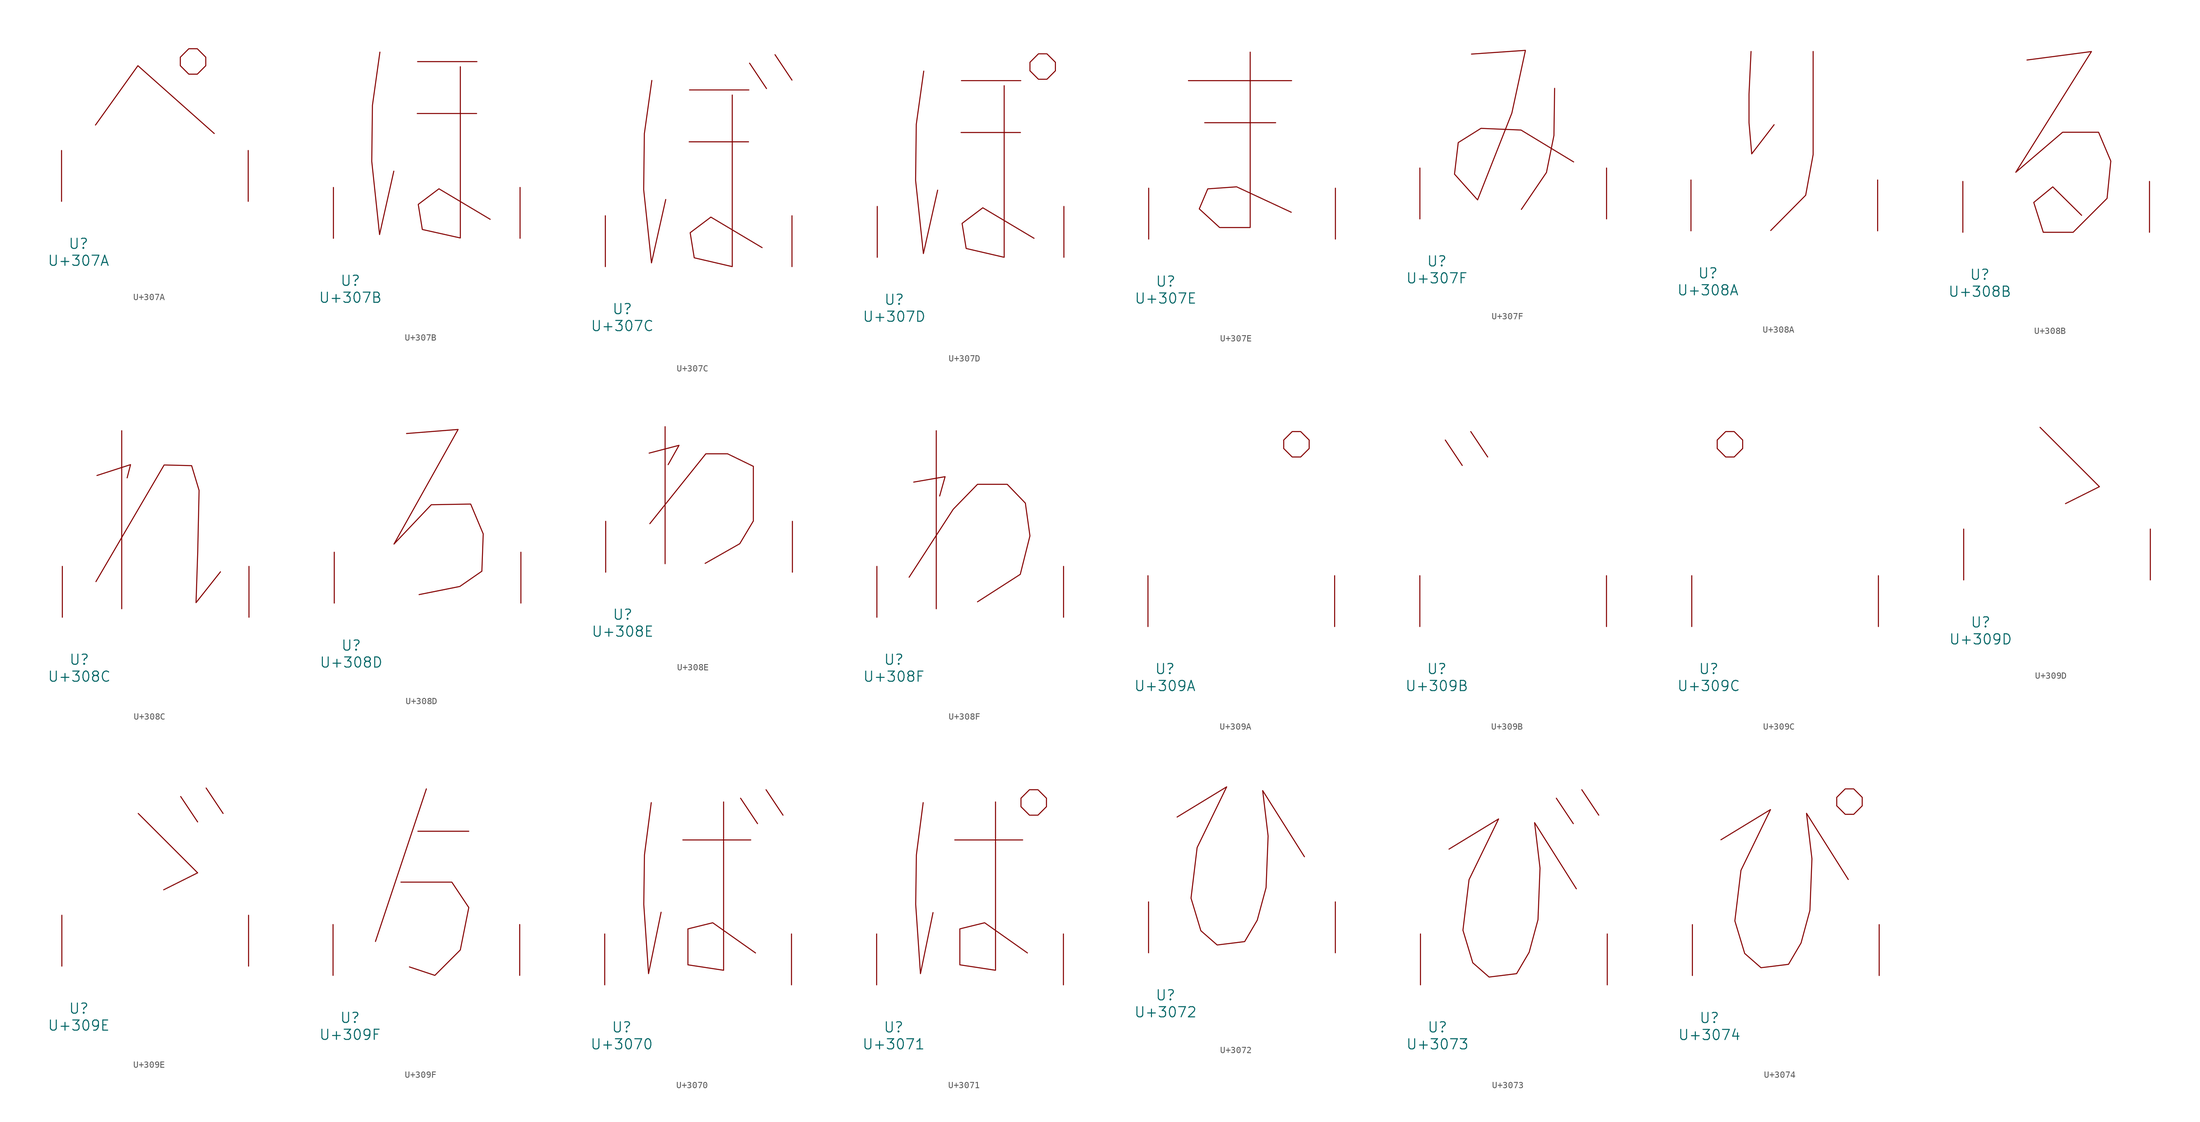
<source format=kicad_sym>
(kicad_symbol_lib
  (version 20231120)
  (generator "kicad_symbol_editor")
  (generator_version "8.0")
  (symbol "U+307A"
    (pin_names
      (offset 1.016))
    (property "Reference" "U"
      (at 0 -6.35 0)
      (effects (font (size 1.524 1.524))))
    (property "Value" "U+307A"
      (at 0 -8.89 0)
      (effects (font (size 1.524 1.524))))
    (symbol "U+307A_0_1"
      (polyline (pts (xy 2.54 11.43) (xy 8.89 20.32) (xy 20.32 10.16)) (stroke (width 0) (type solid)) (fill (type none)))
      (polyline (pts (xy 16.51 22.86) (xy 17.78 22.86) (xy 19.05 21.59) (xy 19.05 20.32) (xy 17.78 19.05) (xy 16.51 19.05) (xy 15.24 20.32) (xy 15.24 21.59) (xy 16.51 22.86)) (stroke (width 0) (type solid)) (fill (type none)))
      (pin input line (at -2.54 0 90) (length 7.62) (name "~" (effects (font (size 1.27 1.27)))) (number "~" (effects (font (size 1.27 1.27)))))
      (pin input line (at 25.4 0 90) (length 7.62) (name "~" (effects (font (size 1.27 1.27)))) (number "~" (effects (font (size 1.27 1.27)))))))
  (symbol "U+307B"
    (pin_names
      (offset 1.016))
    (property "Reference" "U"
      (at 0 -6.35 0)
      (effects (font (size 1.524 1.524))))
    (property "Value" "U+307B"
      (at 0 -8.89 0)
      (effects (font (size 1.524 1.524))))
    (symbol "U+307B_0_1"
      (polyline (pts (xy 10.008 18.694) (xy 18.898 18.694)) (stroke (width 0) (type solid)) (fill (type none)))
      (polyline (pts (xy 10.058 26.467) (xy 18.948 26.467)) (stroke (width 0) (type solid)) (fill (type none)))
      (polyline (pts (xy 4.42 27.889) (xy 3.302 19.914) (xy 3.2 11.532) (xy 4.369 0.559) (xy 6.502 10.058)) (stroke (width 0) (type solid)) (fill (type none)))
      (polyline (pts (xy 16.459 25.705) (xy 16.459 0.051) (xy 10.77 1.321) (xy 10.16 5.08) (xy 13.259 7.417) (xy 20.93 2.845)) (stroke (width 0) (type solid)) (fill (type none)))
      (pin input line (at -2.54 0 90) (length 7.62) (name "~" (effects (font (size 1.27 1.27)))) (number "~" (effects (font (size 1.27 1.27)))))
      (pin input line (at 25.4 0 90) (length 7.62) (name "~" (effects (font (size 1.27 1.27)))) (number "~" (effects (font (size 1.27 1.27)))))))
  (symbol "U+307C"
    (pin_names
      (offset 1.016))
    (property "Reference" "U"
      (at 0 -6.35 0)
      (effects (font (size 1.524 1.524))))
    (property "Value" "U+307C"
      (at 0 -8.89 0)
      (effects (font (size 1.524 1.524))))
    (symbol "U+307C_0_1"
      (polyline (pts (xy 10.008 18.694) (xy 18.898 18.694)) (stroke (width 0) (type solid)) (fill (type none)))
      (polyline (pts (xy 10.058 26.467) (xy 18.948 26.467)) (stroke (width 0) (type solid)) (fill (type none)))
      (polyline (pts (xy 19.05 30.48) (xy 21.59 26.67)) (stroke (width 0) (type solid)) (fill (type none)))
      (polyline (pts (xy 22.86 31.75) (xy 25.4 27.94)) (stroke (width 0) (type solid)) (fill (type none)))
      (polyline (pts (xy 4.42 27.889) (xy 3.302 19.914) (xy 3.2 11.532) (xy 4.369 0.559) (xy 6.502 10.058)) (stroke (width 0) (type solid)) (fill (type none)))
      (polyline (pts (xy 16.459 25.705) (xy 16.459 0) (xy 10.77 1.321) (xy 10.16 5.08) (xy 13.259 7.417) (xy 20.93 2.845)) (stroke (width 0) (type solid)) (fill (type none)))
      (pin input line (at -2.54 0 90) (length 7.62) (name "~" (effects (font (size 1.27 1.27)))) (number "~" (effects (font (size 1.27 1.27)))))
      (pin input line (at 25.4 0 90) (length 7.62) (name "~" (effects (font (size 1.27 1.27)))) (number "~" (effects (font (size 1.27 1.27)))))))
  (symbol "U+307D"
    (pin_names
      (offset 1.016))
    (property "Reference" "U"
      (at 0 -6.35 0)
      (effects (font (size 1.524 1.524))))
    (property "Value" "U+307D"
      (at 0 -8.89 0)
      (effects (font (size 1.524 1.524))))
    (symbol "U+307D_0_1"
      (polyline (pts (xy 10.008 18.694) (xy 18.898 18.694)) (stroke (width 0) (type solid)) (fill (type none)))
      (polyline (pts (xy 10.058 26.467) (xy 18.948 26.467)) (stroke (width 0) (type solid)) (fill (type none)))
      (polyline (pts (xy 4.42 27.889) (xy 3.302 19.914) (xy 3.2 11.532) (xy 4.369 0.559) (xy 6.502 10.058)) (stroke (width 0) (type solid)) (fill (type none)))
      (polyline (pts (xy 16.459 25.705) (xy 16.459 0) (xy 10.77 1.321) (xy 10.16 5.08) (xy 13.259 7.417) (xy 20.93 2.845)) (stroke (width 0) (type solid)) (fill (type none)))
      (polyline (pts (xy 21.59 30.48) (xy 22.86 30.48) (xy 24.13 29.21) (xy 24.13 27.94) (xy 22.86 26.67) (xy 21.59 26.67) (xy 20.32 27.94) (xy 20.32 29.21) (xy 21.59 30.48)) (stroke (width 0) (type solid)) (fill (type none)))
      (pin input line (at -2.54 0 90) (length 7.62) (name "~" (effects (font (size 1.27 1.27)))) (number "~" (effects (font (size 1.27 1.27)))))
      (pin input line (at 25.4 0 90) (length 7.62) (name "~" (effects (font (size 1.27 1.27)))) (number "~" (effects (font (size 1.27 1.27)))))))
  (symbol "U+307E"
    (pin_names
      (offset 1.016))
    (property "Reference" "U"
      (at 0 -6.35 0)
      (effects (font (size 1.524 1.524))))
    (property "Value" "U+307E"
      (at 0 -8.89 0)
      (effects (font (size 1.524 1.524))))
    (symbol "U+307E_0_1"
      (polyline (pts (xy 3.404 23.724) (xy 18.847 23.724)) (stroke (width 0) (type solid)) (fill (type none)))
      (polyline (pts (xy 5.842 17.424) (xy 16.459 17.424)) (stroke (width 0) (type solid)) (fill (type none)))
      (polyline (pts (xy 12.649 27.991) (xy 12.649 1.727) (xy 8.077 1.727) (xy 5.029 4.521) (xy 6.299 7.518) (xy 10.617 7.823) (xy 18.796 4.013)) (stroke (width 0) (type solid)) (fill (type none)))
      (pin input line (at -2.54 0 90) (length 7.62) (name "~" (effects (font (size 1.27 1.27)))) (number "~" (effects (font (size 1.27 1.27)))))
      (pin input line (at 25.4 0 90) (length 7.62) (name "~" (effects (font (size 1.27 1.27)))) (number "~" (effects (font (size 1.27 1.27)))))))
  (symbol "U+307F"
    (pin_names
      (offset 1.016))
    (property "Reference" "U"
      (at 0 -6.35 0)
      (effects (font (size 1.524 1.524))))
    (property "Value" "U+307F"
      (at 0 -8.89 0)
      (effects (font (size 1.524 1.524))))
    (symbol "U+307F_0_1"
      (polyline (pts (xy 17.628 19.558) (xy 17.526 12.497) (xy 16.408 6.96) (xy 12.649 1.422)) (stroke (width 0) (type solid)) (fill (type none)))
      (polyline (pts (xy 5.182 24.689) (xy 13.259 25.248) (xy 11.227 15.85) (xy 6.096 2.845) (xy 2.642 6.706) (xy 3.2 11.43) (xy 6.604 13.564) (xy 12.598 13.31) (xy 20.472 8.534)) (stroke (width 0) (type solid)) (fill (type none)))
      (pin input line (at -2.54 0 90) (length 7.62) (name "~" (effects (font (size 1.27 1.27)))) (number "~" (effects (font (size 1.27 1.27)))))
      (pin input line (at 25.4 0 90) (length 7.62) (name "~" (effects (font (size 1.27 1.27)))) (number "~" (effects (font (size 1.27 1.27)))))))
  (symbol "U+308A"
    (pin_names
      (offset 1.016))
    (property "Reference" "U"
      (at 0 -6.35 0)
      (effects (font (size 1.524 1.524))))
    (property "Value" "U+308A"
      (at 0 -8.89 0)
      (effects (font (size 1.524 1.524))))
    (symbol "U+308A_0_1"
      (polyline (pts (xy 15.748 26.873) (xy 15.748 11.43) (xy 14.63 5.334) (xy 9.398 0.051)) (stroke (width 0) (type solid)) (fill (type none)))
      (polyline (pts (xy 6.452 26.873) (xy 6.147 20.472) (xy 6.147 16.205) (xy 6.553 11.532) (xy 9.906 15.9)) (stroke (width 0) (type solid)) (fill (type none)))
      (pin input line (at -2.54 0 90) (length 7.62) (name "~" (effects (font (size 1.27 1.27)))) (number "~" (effects (font (size 1.27 1.27)))))
      (pin input line (at 25.4 0 90) (length 7.62) (name "~" (effects (font (size 1.27 1.27)))) (number "~" (effects (font (size 1.27 1.27)))))))
  (symbol "U+308B"
    (pin_names
      (offset 1.016))
    (property "Reference" "U"
      (at 0 -6.35 0)
      (effects (font (size 1.524 1.524))))
    (property "Value" "U+308B"
      (at 0 -8.89 0)
      (effects (font (size 1.524 1.524))))
    (symbol "U+308B_0_1"
      (polyline (pts (xy 7.061 25.806) (xy 16.713 27.076) (xy 5.385 8.992) (xy 12.395 14.986) (xy 17.78 14.986) (xy 19.609 10.668) (xy 19.05 5.08) (xy 13.97 0) (xy 9.5 0) (xy 8.077 4.47) (xy 10.922 6.807) (xy 15.24 2.54)) (stroke (width 0) (type solid)) (fill (type none)))
      (pin input line (at -2.54 0 90) (length 7.62) (name "~" (effects (font (size 1.27 1.27)))) (number "~" (effects (font (size 1.27 1.27)))))
      (pin input line (at 25.4 0 90) (length 7.62) (name "~" (effects (font (size 1.27 1.27)))) (number "~" (effects (font (size 1.27 1.27)))))))
  (symbol "U+308C"
    (pin_names
      (offset 1.016))
    (property "Reference" "U"
      (at 0 -6.35 0)
      (effects (font (size 1.524 1.524))))
    (property "Value" "U+308C"
      (at 0 -8.89 0)
      (effects (font (size 1.524 1.524))))
    (symbol "U+308C_0_1"
      (polyline (pts (xy 6.35 27.94) (xy 6.35 1.27)) (stroke (width 0) (type solid)) (fill (type none)))
      (polyline (pts (xy 2.642 21.234) (xy 7.671 22.86) (xy 7.163 20.879)) (stroke (width 0) (type solid)) (fill (type none)))
      (polyline (pts (xy 2.489 5.334) (xy 12.7 22.809) (xy 16.815 22.708) (xy 17.932 18.999) (xy 17.729 9.804) (xy 17.475 2.184) (xy 21.133 6.807)) (stroke (width 0) (type solid)) (fill (type none)))
      (pin input line (at -2.54 0 90) (length 7.62) (name "~" (effects (font (size 1.27 1.27)))) (number "~" (effects (font (size 1.27 1.27)))))
      (pin input line (at 25.4 0 90) (length 7.62) (name "~" (effects (font (size 1.27 1.27)))) (number "~" (effects (font (size 1.27 1.27)))))))
  (symbol "U+308D"
    (pin_names
      (offset 1.016))
    (property "Reference" "U"
      (at 0 -6.35 0)
      (effects (font (size 1.524 1.524))))
    (property "Value" "U+308D"
      (at 0 -8.89 0)
      (effects (font (size 1.524 1.524))))
    (symbol "U+308D_0_1"
      (polyline (pts (xy 8.28 25.4) (xy 16.002 26.01) (xy 6.401 8.839) (xy 11.989 14.732) (xy 17.882 14.834) (xy 19.761 10.363) (xy 19.558 4.775) (xy 16.256 2.489) (xy 10.16 1.27)) (stroke (width 0) (type solid)) (fill (type none)))
      (pin input line (at -2.54 0 90) (length 7.62) (name "~" (effects (font (size 1.27 1.27)))) (number "~" (effects (font (size 1.27 1.27)))))
      (pin input line (at 25.4 0 90) (length 7.62) (name "~" (effects (font (size 1.27 1.27)))) (number "~" (effects (font (size 1.27 1.27)))))))
  (symbol "U+308E"
    (pin_names
      (offset 1.016))
    (property "Reference" "U"
      (at 0 -6.35 0)
      (effects (font (size 1.524 1.524))))
    (property "Value" "U+308E"
      (at 0 -8.89 0)
      (effects (font (size 1.524 1.524))))
    (symbol "U+308E_0_1"
      (polyline (pts (xy 6.35 21.793) (xy 6.35 1.27)) (stroke (width 0) (type solid)) (fill (type none)))
      (polyline (pts (xy 3.962 17.831) (xy 8.433 18.999) (xy 6.807 16.104)) (stroke (width 0) (type solid)) (fill (type none)))
      (polyline (pts (xy 4.064 7.264) (xy 12.446 17.729) (xy 15.697 17.729) (xy 19.558 15.85) (xy 19.558 7.671) (xy 17.526 4.267) (xy 12.344 1.321)) (stroke (width 0) (type solid)) (fill (type none)))
      (pin input line (at -2.54 0 90) (length 7.62) (name "~" (effects (font (size 1.27 1.27)))) (number "~" (effects (font (size 1.27 1.27)))))
      (pin input line (at 25.4 0 90) (length 7.62) (name "~" (effects (font (size 1.27 1.27)))) (number "~" (effects (font (size 1.27 1.27)))))))
  (symbol "U+308F"
    (pin_names
      (offset 1.016))
    (property "Reference" "U"
      (at 0 -6.35 0)
      (effects (font (size 1.524 1.524))))
    (property "Value" "U+308F"
      (at 0 -8.89 0)
      (effects (font (size 1.524 1.524))))
    (symbol "U+308F_0_1"
      (polyline (pts (xy 6.35 27.94) (xy 6.35 1.27)) (stroke (width 0) (type solid)) (fill (type none)))
      (polyline (pts (xy 2.972 20.244) (xy 7.671 21.057) (xy 6.858 18.161)) (stroke (width 0) (type solid)) (fill (type none)))
      (polyline (pts (xy 2.286 5.994) (xy 8.89 16.18) (xy 12.522 19.914) (xy 16.967 19.914) (xy 19.685 17.094) (xy 20.371 12.192) (xy 18.923 6.426) (xy 12.522 2.311)) (stroke (width 0) (type solid)) (fill (type none)))
      (pin input line (at -2.54 0 90) (length 7.62) (name "~" (effects (font (size 1.27 1.27)))) (number "~" (effects (font (size 1.27 1.27)))))
      (pin input line (at 25.4 0 90) (length 7.62) (name "~" (effects (font (size 1.27 1.27)))) (number "~" (effects (font (size 1.27 1.27)))))))
  (symbol "U+309A"
    (pin_names
      (offset 1.016))
    (property "Reference" "U"
      (at 0 -6.35 0)
      (effects (font (size 1.524 1.524))))
    (property "Value" "U+309A"
      (at 0 -8.89 0)
      (effects (font (size 1.524 1.524))))
    (symbol "U+309A_0_1"
      (polyline (pts (xy 19.05 29.21) (xy 20.32 29.21) (xy 21.59 27.94) (xy 21.59 26.67) (xy 20.32 25.4) (xy 19.05 25.4) (xy 17.78 26.67) (xy 17.78 27.94) (xy 19.05 29.21)) (stroke (width 0) (type solid)) (fill (type none)))
      (pin input line (at -2.54 0 90) (length 7.62) (name "~" (effects (font (size 1.27 1.27)))) (number "~" (effects (font (size 1.27 1.27)))))
      (pin input line (at 25.4 0 90) (length 7.62) (name "~" (effects (font (size 1.27 1.27)))) (number "~" (effects (font (size 1.27 1.27)))))))
  (symbol "U+309B"
    (pin_names
      (offset 1.016))
    (property "Reference" "U"
      (at 0 -6.35 0)
      (effects (font (size 1.524 1.524))))
    (property "Value" "U+309B"
      (at 0 -8.89 0)
      (effects (font (size 1.524 1.524))))
    (symbol "U+309B_0_1"
      (polyline (pts (xy 1.27 27.94) (xy 3.81 24.13)) (stroke (width 0) (type solid)) (fill (type none)))
      (polyline (pts (xy 5.08 29.21) (xy 7.62 25.4)) (stroke (width 0) (type solid)) (fill (type none)))
      (pin input line (at -2.54 0 90) (length 7.62) (name "~" (effects (font (size 1.27 1.27)))) (number "~" (effects (font (size 1.27 1.27)))))
      (pin input line (at 25.4 0 90) (length 7.62) (name "~" (effects (font (size 1.27 1.27)))) (number "~" (effects (font (size 1.27 1.27)))))))
  (symbol "U+309C"
    (pin_names
      (offset 1.016))
    (property "Reference" "U"
      (at 0 -6.35 0)
      (effects (font (size 1.524 1.524))))
    (property "Value" "U+309C"
      (at 0 -8.89 0)
      (effects (font (size 1.524 1.524))))
    (symbol "U+309C_0_1"
      (polyline (pts (xy 2.54 29.21) (xy 3.81 29.21) (xy 5.08 27.94) (xy 5.08 26.67) (xy 3.81 25.4) (xy 2.54 25.4) (xy 1.27 26.67) (xy 1.27 27.94) (xy 2.54 29.21)) (stroke (width 0) (type solid)) (fill (type none)))
      (pin input line (at -2.54 0 90) (length 7.62) (name "~" (effects (font (size 1.27 1.27)))) (number "~" (effects (font (size 1.27 1.27)))))
      (pin input line (at 25.4 0 90) (length 7.62) (name "~" (effects (font (size 1.27 1.27)))) (number "~" (effects (font (size 1.27 1.27)))))))
  (symbol "U+309D"
    (pin_names
      (offset 1.016))
    (property "Reference" "U"
      (at 0 -6.35 0)
      (effects (font (size 1.524 1.524))))
    (property "Value" "U+309D"
      (at 0 -8.89 0)
      (effects (font (size 1.524 1.524))))
    (symbol "U+309D_0_1"
      (polyline (pts (xy 8.89 22.86) (xy 17.78 13.97) (xy 12.7 11.43)) (stroke (width 0) (type solid)) (fill (type none)))
      (pin input line (at -2.54 0 90) (length 7.62) (name "~" (effects (font (size 1.27 1.27)))) (number "~" (effects (font (size 1.27 1.27)))))
      (pin input line (at 25.4 0 90) (length 7.62) (name "~" (effects (font (size 1.27 1.27)))) (number "~" (effects (font (size 1.27 1.27)))))))
  (symbol "U+309E"
    (pin_names
      (offset 1.016))
    (property "Reference" "U"
      (at 0 -6.35 0)
      (effects (font (size 1.524 1.524))))
    (property "Value" "U+309E"
      (at 0 -8.89 0)
      (effects (font (size 1.524 1.524))))
    (symbol "U+309E_0_1"
      (polyline (pts (xy 15.24 25.4) (xy 17.78 21.59)) (stroke (width 0) (type solid)) (fill (type none)))
      (polyline (pts (xy 19.05 26.67) (xy 21.59 22.86)) (stroke (width 0) (type solid)) (fill (type none)))
      (polyline (pts (xy 8.89 22.86) (xy 17.78 13.97) (xy 12.7 11.43)) (stroke (width 0) (type solid)) (fill (type none)))
      (pin input line (at -2.54 0 90) (length 7.62) (name "~" (effects (font (size 1.27 1.27)))) (number "~" (effects (font (size 1.27 1.27)))))
      (pin input line (at 25.4 0 90) (length 7.62) (name "~" (effects (font (size 1.27 1.27)))) (number "~" (effects (font (size 1.27 1.27)))))))
  (symbol "U+309F"
    (pin_names
      (offset 1.016))
    (property "Reference" "U"
      (at 0 -6.35 0)
      (effects (font (size 1.524 1.524))))
    (property "Value" "U+309F"
      (at 0 -8.89 0)
      (effects (font (size 1.524 1.524))))
    (symbol "U+309F_0_1"
      (polyline (pts (xy 10.16 21.59) (xy 17.78 21.59)) (stroke (width 0) (type solid)) (fill (type none)))
      (polyline (pts (xy 11.43 27.94) (xy 3.81 5.08)) (stroke (width 0) (type solid)) (fill (type none)))
      (polyline (pts (xy 7.62 13.97) (xy 15.24 13.97) (xy 17.78 10.16) (xy 16.51 3.81) (xy 12.7 0) (xy 8.89 1.27)) (stroke (width 0) (type solid)) (fill (type none)))
      (pin input line (at -2.54 0 90) (length 7.62) (name "~" (effects (font (size 1.27 1.27)))) (number "~" (effects (font (size 1.27 1.27)))))
      (pin input line (at 25.4 0 90) (length 7.62) (name "~" (effects (font (size 1.27 1.27)))) (number "~" (effects (font (size 1.27 1.27)))))))
  (symbol "U+3070"
    (pin_names
      (offset 1.016))
    (property "Reference" "U"
      (at 0 -6.35 0)
      (effects (font (size 1.524 1.524))))
    (property "Value" "U+3070"
      (at 0 -8.89 0)
      (effects (font (size 1.524 1.524))))
    (symbol "U+3070_0_1"
      (polyline (pts (xy 9.144 21.692) (xy 19.304 21.692)) (stroke (width 0) (type solid)) (fill (type none)))
      (polyline (pts (xy 17.78 27.94) (xy 20.32 24.13)) (stroke (width 0) (type solid)) (fill (type none)))
      (polyline (pts (xy 21.59 29.21) (xy 24.13 25.4)) (stroke (width 0) (type solid)) (fill (type none)))
      (polyline (pts (xy 4.42 27.28) (xy 3.404 19.456) (xy 3.302 12.04) (xy 4.013 1.676) (xy 5.893 10.871)) (stroke (width 0) (type solid)) (fill (type none)))
      (polyline (pts (xy 15.24 27.381) (xy 15.24 2.184) (xy 9.906 2.997) (xy 9.906 8.382) (xy 13.614 9.296) (xy 20.015 4.775)) (stroke (width 0) (type solid)) (fill (type none)))
      (pin input line (at -2.54 0 90) (length 7.62) (name "~" (effects (font (size 1.27 1.27)))) (number "~" (effects (font (size 1.27 1.27)))))
      (pin input line (at 25.4 0 90) (length 7.62) (name "~" (effects (font (size 1.27 1.27)))) (number "~" (effects (font (size 1.27 1.27)))))))
  (symbol "U+3071"
    (pin_names
      (offset 1.016))
    (property "Reference" "U"
      (at 0 -6.35 0)
      (effects (font (size 1.524 1.524))))
    (property "Value" "U+3071"
      (at 0 -8.89 0)
      (effects (font (size 1.524 1.524))))
    (symbol "U+3071_0_1"
      (polyline (pts (xy 9.144 21.692) (xy 19.304 21.692)) (stroke (width 0) (type solid)) (fill (type none)))
      (polyline (pts (xy 4.42 27.28) (xy 3.404 19.456) (xy 3.302 12.04) (xy 4.013 1.676) (xy 5.893 10.82)) (stroke (width 0) (type solid)) (fill (type none)))
      (polyline (pts (xy 15.24 27.381) (xy 15.24 2.184) (xy 9.906 2.997) (xy 9.906 8.382) (xy 13.614 9.296) (xy 20.015 4.775)) (stroke (width 0) (type solid)) (fill (type none)))
      (polyline (pts (xy 20.32 29.21) (xy 21.59 29.21) (xy 22.86 27.94) (xy 22.86 26.67) (xy 21.59 25.4) (xy 20.32 25.4) (xy 19.05 26.67) (xy 19.05 27.94) (xy 20.32 29.21)) (stroke (width 0) (type solid)) (fill (type none)))
      (pin input line (at -2.54 0 90) (length 7.62) (name "~" (effects (font (size 1.27 1.27)))) (number "~" (effects (font (size 1.27 1.27)))))
      (pin input line (at 25.4 0 90) (length 7.62) (name "~" (effects (font (size 1.27 1.27)))) (number "~" (effects (font (size 1.27 1.27)))))))
  (symbol "U+3072"
    (pin_names
      (offset 1.016))
    (property "Reference" "U"
      (at 0 -6.35 0)
      (effects (font (size 1.524 1.524))))
    (property "Value" "U+3072"
      (at 0 -8.89 0)
      (effects (font (size 1.524 1.524))))
    (symbol "U+3072_0_1"
      (polyline (pts (xy 1.727 20.32) (xy 9.144 24.841) (xy 4.724 15.748) (xy 3.81 8.179) (xy 5.283 3.302) (xy 7.722 1.168) (xy 11.836 1.676) (xy 13.716 4.877) (xy 15.037 9.754) (xy 15.342 17.475) (xy 14.529 24.282) (xy 20.777 14.376)) (stroke (width 0) (type solid)) (fill (type none)))
      (pin input line (at -2.54 0 90) (length 7.62) (name "~" (effects (font (size 1.27 1.27)))) (number "~" (effects (font (size 1.27 1.27)))))
      (pin input line (at 25.4 0 90) (length 7.62) (name "~" (effects (font (size 1.27 1.27)))) (number "~" (effects (font (size 1.27 1.27)))))))
  (symbol "U+3073"
    (pin_names
      (offset 1.016))
    (property "Reference" "U"
      (at 0 -6.35 0)
      (effects (font (size 1.524 1.524))))
    (property "Value" "U+3073"
      (at 0 -8.89 0)
      (effects (font (size 1.524 1.524))))
    (symbol "U+3073_0_1"
      (polyline (pts (xy 17.78 27.94) (xy 20.32 24.13)) (stroke (width 0) (type solid)) (fill (type none)))
      (polyline (pts (xy 21.59 29.21) (xy 24.13 25.4)) (stroke (width 0) (type solid)) (fill (type none)))
      (polyline (pts (xy 1.727 20.32) (xy 9.144 24.841) (xy 4.724 15.748) (xy 3.81 8.179) (xy 5.283 3.302) (xy 7.722 1.168) (xy 11.836 1.676) (xy 13.716 4.877) (xy 15.037 9.754) (xy 15.342 17.475) (xy 14.529 24.282) (xy 20.777 14.376)) (stroke (width 0) (type solid)) (fill (type none)))
      (pin input line (at -2.54 0 90) (length 7.62) (name "~" (effects (font (size 1.27 1.27)))) (number "~" (effects (font (size 1.27 1.27)))))
      (pin input line (at 25.4 0 90) (length 7.62) (name "~" (effects (font (size 1.27 1.27)))) (number "~" (effects (font (size 1.27 1.27)))))))
  (symbol "U+3074"
    (pin_names
      (offset 1.016))
    (property "Reference" "U"
      (at 0 -6.35 0)
      (effects (font (size 1.524 1.524))))
    (property "Value" "U+3074"
      (at 0 -8.89 0)
      (effects (font (size 1.524 1.524))))
    (symbol "U+3074_0_1"
      (polyline (pts (xy 20.32 27.94) (xy 21.59 27.94) (xy 22.86 26.67) (xy 22.86 25.4) (xy 21.59 24.13) (xy 20.32 24.13) (xy 19.05 25.4) (xy 19.05 26.67) (xy 20.32 27.94)) (stroke (width 0) (type solid)) (fill (type none)))
      (polyline (pts (xy 1.727 20.32) (xy 9.144 24.841) (xy 4.724 15.748) (xy 3.81 8.179) (xy 5.283 3.302) (xy 7.722 1.168) (xy 11.836 1.676) (xy 13.716 4.877) (xy 15.037 9.754) (xy 15.342 17.475) (xy 14.529 24.282) (xy 20.777 14.376)) (stroke (width 0) (type solid)) (fill (type none)))
      (pin input line (at -2.54 0 90) (length 7.62) (name "~" (effects (font (size 1.27 1.27)))) (number "~" (effects (font (size 1.27 1.27)))))
      (pin input line (at 25.4 0 90) (length 7.62) (name "~" (effects (font (size 1.27 1.27)))) (number "~" (effects (font (size 1.27 1.27))))))))
</source>
